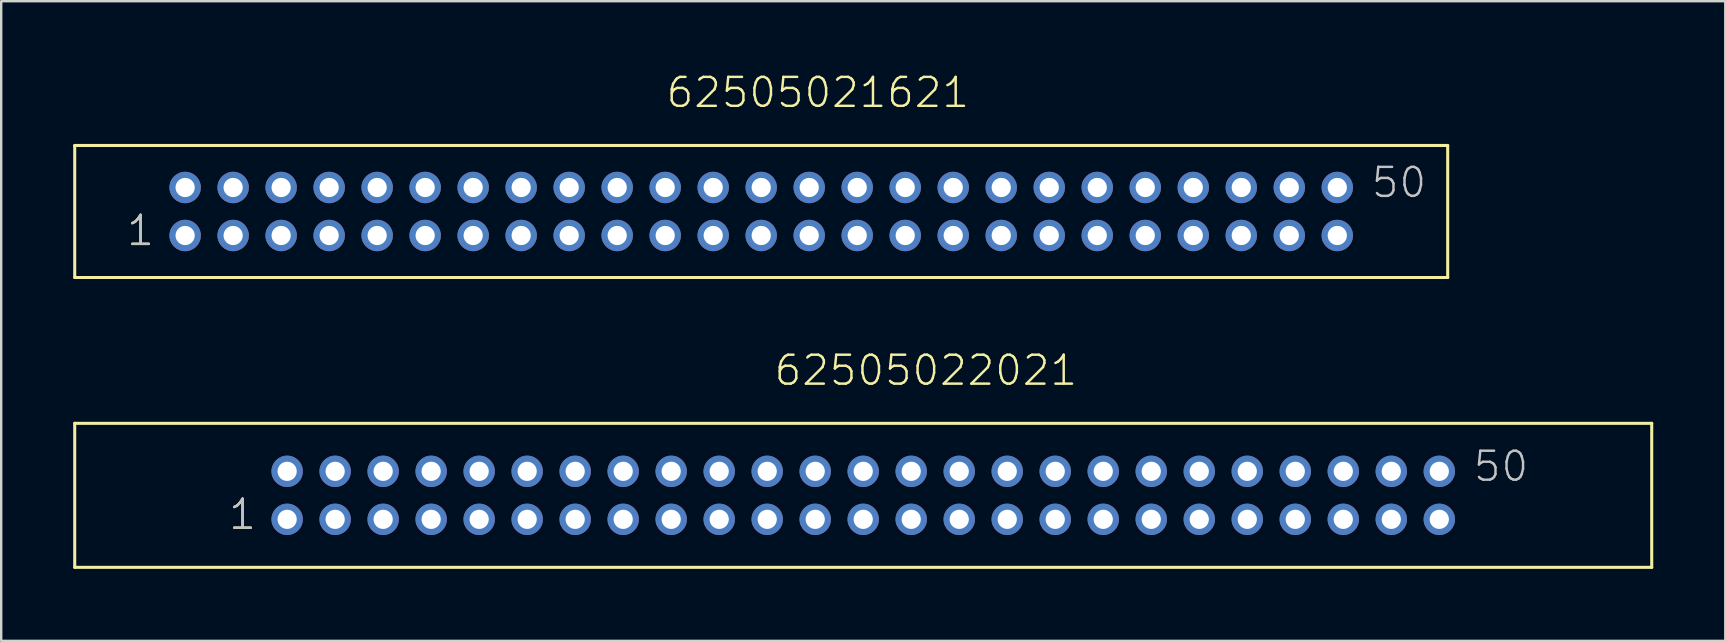
<source format=kicad_pcb>
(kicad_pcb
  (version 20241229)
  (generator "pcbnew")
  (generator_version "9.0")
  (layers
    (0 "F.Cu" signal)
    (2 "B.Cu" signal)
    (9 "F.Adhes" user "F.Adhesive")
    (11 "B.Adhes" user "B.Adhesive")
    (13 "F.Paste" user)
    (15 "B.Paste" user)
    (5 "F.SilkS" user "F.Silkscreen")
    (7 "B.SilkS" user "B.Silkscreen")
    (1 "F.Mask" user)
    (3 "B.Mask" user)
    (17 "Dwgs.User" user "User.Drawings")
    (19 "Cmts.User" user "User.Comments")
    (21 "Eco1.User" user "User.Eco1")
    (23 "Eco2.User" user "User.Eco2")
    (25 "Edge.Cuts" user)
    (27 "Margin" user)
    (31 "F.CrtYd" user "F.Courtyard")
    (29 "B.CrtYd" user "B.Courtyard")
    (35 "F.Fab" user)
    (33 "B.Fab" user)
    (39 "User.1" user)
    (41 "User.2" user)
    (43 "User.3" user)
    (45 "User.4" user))
  (footprint "62505022021"
    (layer "F.Cu")
    (at 32.913 17.586)
    (property "Reference" "62505022021" (at -3.775 -4.5 0) (layer "F.SilkS") (effects (font (size 1.206 1.206) (thickness 0.102)) (justify left bottom)))
    (attr through_hole)
    (fp_line (start -32.85 -3) (end -32.85 3) (stroke (width 0.127) (type solid)) (layer "F.SilkS"))
    (fp_line (start -32.85 3) (end 32.85 3) (stroke (width 0.127) (type solid)) (layer "F.SilkS"))
    (fp_line (start 32.85 -3) (end -32.85 -3) (stroke (width 0.127) (type solid)) (layer "F.SilkS"))
    (fp_line (start 32.85 3) (end 32.85 -3) (stroke (width 0.127) (type solid)) (layer "F.SilkS"))
    (fp_text user "1" (at -26.5 1.5 0) (layer "F.SilkS") (effects (font (size 1.206 1.206) (thickness 0.102)) (justify left bottom)))
    (fp_text user "1" (at -26.5 1.5 0) (layer "Dwgs.User") (effects (font (size 1.206 1.206) (thickness 0.102)) (justify left bottom)))
    (fp_text user "50" (at 25.355 -0.5 0) (layer "Dwgs.User") (effects (font (size 1.206 1.206) (thickness 0.102)) (justify left bottom)))
    (pad "1" thru_hole circle (at -24 1) (size 1.308 1.308) (drill 0.8) (layers "*.Cu" "*.Mask"))
    (pad "2" thru_hole circle (at -24 -1) (size 1.308 1.308) (drill 0.8) (layers "*.Cu" "*.Mask"))
    (pad "3" thru_hole circle (at -22 1) (size 1.308 1.308) (drill 0.8) (layers "*.Cu" "*.Mask"))
    (pad "4" thru_hole circle (at -22 -1) (size 1.308 1.308) (drill 0.8) (layers "*.Cu" "*.Mask"))
    (pad "5" thru_hole circle (at -20 1) (size 1.308 1.308) (drill 0.8) (layers "*.Cu" "*.Mask"))
    (pad "6" thru_hole circle (at -20 -1) (size 1.308 1.308) (drill 0.8) (layers "*.Cu" "*.Mask"))
    (pad "7" thru_hole circle (at -18 1) (size 1.308 1.308) (drill 0.8) (layers "*.Cu" "*.Mask"))
    (pad "8" thru_hole circle (at -18 -1) (size 1.308 1.308) (drill 0.8) (layers "*.Cu" "*.Mask"))
    (pad "9" thru_hole circle (at -16 1) (size 1.308 1.308) (drill 0.8) (layers "*.Cu" "*.Mask"))
    (pad "10" thru_hole circle (at -16 -1) (size 1.308 1.308) (drill 0.8) (layers "*.Cu" "*.Mask"))
    (pad "11" thru_hole circle (at -14 1) (size 1.308 1.308) (drill 0.8) (layers "*.Cu" "*.Mask"))
    (pad "12" thru_hole circle (at -14 -1) (size 1.308 1.308) (drill 0.8) (layers "*.Cu" "*.Mask"))
    (pad "13" thru_hole circle (at -12 1) (size 1.308 1.308) (drill 0.8) (layers "*.Cu" "*.Mask"))
    (pad "14" thru_hole circle (at -12 -1) (size 1.308 1.308) (drill 0.8) (layers "*.Cu" "*.Mask"))
    (pad "15" thru_hole circle (at -10 1) (size 1.308 1.308) (drill 0.8) (layers "*.Cu" "*.Mask"))
    (pad "16" thru_hole circle (at -10 -1) (size 1.308 1.308) (drill 0.8) (layers "*.Cu" "*.Mask"))
    (pad "17" thru_hole circle (at -8 1) (size 1.308 1.308) (drill 0.8) (layers "*.Cu" "*.Mask"))
    (pad "18" thru_hole circle (at -8 -1) (size 1.308 1.308) (drill 0.8) (layers "*.Cu" "*.Mask"))
    (pad "19" thru_hole circle (at -6 1) (size 1.308 1.308) (drill 0.8) (layers "*.Cu" "*.Mask"))
    (pad "20" thru_hole circle (at -6 -1) (size 1.308 1.308) (drill 0.8) (layers "*.Cu" "*.Mask"))
    (pad "21" thru_hole circle (at -4 1) (size 1.308 1.308) (drill 0.8) (layers "*.Cu" "*.Mask"))
    (pad "22" thru_hole circle (at -4 -1) (size 1.308 1.308) (drill 0.8) (layers "*.Cu" "*.Mask"))
    (pad "23" thru_hole circle (at -2 1) (size 1.308 1.308) (drill 0.8) (layers "*.Cu" "*.Mask"))
    (pad "24" thru_hole circle (at -2 -1) (size 1.308 1.308) (drill 0.8) (layers "*.Cu" "*.Mask"))
    (pad "25" thru_hole circle (at 0 1) (size 1.308 1.308) (drill 0.8) (layers "*.Cu" "*.Mask"))
    (pad "26" thru_hole circle (at 0 -1) (size 1.308 1.308) (drill 0.8) (layers "*.Cu" "*.Mask"))
    (pad "27" thru_hole circle (at 2 1) (size 1.308 1.308) (drill 0.8) (layers "*.Cu" "*.Mask"))
    (pad "28" thru_hole circle (at 2 -1) (size 1.308 1.308) (drill 0.8) (layers "*.Cu" "*.Mask"))
    (pad "29" thru_hole circle (at 4 1) (size 1.308 1.308) (drill 0.8) (layers "*.Cu" "*.Mask"))
    (pad "30" thru_hole circle (at 4 -1) (size 1.308 1.308) (drill 0.8) (layers "*.Cu" "*.Mask"))
    (pad "31" thru_hole circle (at 6 1) (size 1.308 1.308) (drill 0.8) (layers "*.Cu" "*.Mask"))
    (pad "32" thru_hole circle (at 6 -1) (size 1.308 1.308) (drill 0.8) (layers "*.Cu" "*.Mask"))
    (pad "33" thru_hole circle (at 8 1) (size 1.308 1.308) (drill 0.8) (layers "*.Cu" "*.Mask"))
    (pad "34" thru_hole circle (at 8 -1) (size 1.308 1.308) (drill 0.8) (layers "*.Cu" "*.Mask"))
    (pad "35" thru_hole circle (at 10 1) (size 1.308 1.308) (drill 0.8) (layers "*.Cu" "*.Mask"))
    (pad "36" thru_hole circle (at 10 -1) (size 1.308 1.308) (drill 0.8) (layers "*.Cu" "*.Mask"))
    (pad "37" thru_hole circle (at 12 1) (size 1.308 1.308) (drill 0.8) (layers "*.Cu" "*.Mask"))
    (pad "38" thru_hole circle (at 12 -1) (size 1.308 1.308) (drill 0.8) (layers "*.Cu" "*.Mask"))
    (pad "39" thru_hole circle (at 14 1) (size 1.308 1.308) (drill 0.8) (layers "*.Cu" "*.Mask"))
    (pad "40" thru_hole circle (at 14 -1) (size 1.308 1.308) (drill 0.8) (layers "*.Cu" "*.Mask"))
    (pad "41" thru_hole circle (at 16 1) (size 1.308 1.308) (drill 0.8) (layers "*.Cu" "*.Mask"))
    (pad "42" thru_hole circle (at 16 -1) (size 1.308 1.308) (drill 0.8) (layers "*.Cu" "*.Mask"))
    (pad "43" thru_hole circle (at 18 1) (size 1.308 1.308) (drill 0.8) (layers "*.Cu" "*.Mask"))
    (pad "44" thru_hole circle (at 18 -1) (size 1.308 1.308) (drill 0.8) (layers "*.Cu" "*.Mask"))
    (pad "45" thru_hole circle (at 20 1) (size 1.308 1.308) (drill 0.8) (layers "*.Cu" "*.Mask"))
    (pad "46" thru_hole circle (at 20 -1) (size 1.308 1.308) (drill 0.8) (layers "*.Cu" "*.Mask"))
    (pad "47" thru_hole circle (at 22 1) (size 1.308 1.308) (drill 0.8) (layers "*.Cu" "*.Mask"))
    (pad "48" thru_hole circle (at 22 -1) (size 1.308 1.308) (drill 0.8) (layers "*.Cu" "*.Mask"))
    (pad "49" thru_hole circle (at 24 1) (size 1.308 1.308) (drill 0.8) (layers "*.Cu" "*.Mask"))
    (pad "50" thru_hole circle (at 24 -1) (size 1.308 1.308) (drill 0.8) (layers "*.Cu" "*.Mask")))
  (footprint "62505021621"
    (layer "F.Cu")
    (at 28.663 5.761)
    (property "Reference" "62505021621" (at -4.025 -4.25 0) (layer "F.SilkS") (effects (font (size 1.206 1.206) (thickness 0.102)) (justify left bottom)))
    (attr through_hole)
    (fp_line (start -28.6 -2.75) (end -28.6 2.75) (stroke (width 0.127) (type solid)) (layer "F.SilkS"))
    (fp_line (start -28.6 2.75) (end 28.6 2.75) (stroke (width 0.127) (type solid)) (layer "F.SilkS"))
    (fp_line (start 28.6 -2.75) (end -28.6 -2.75) (stroke (width 0.127) (type solid)) (layer "F.SilkS"))
    (fp_line (start 28.6 2.75) (end 28.6 -2.75) (stroke (width 0.127) (type solid)) (layer "F.SilkS"))
    (fp_text user "1" (at -26.5 1.5 0) (layer "F.SilkS") (effects (font (size 1.206 1.206) (thickness 0.102)) (justify left bottom)))
    (fp_text user "1" (at -26.5 1.5 0) (layer "Dwgs.User") (effects (font (size 1.206 1.206) (thickness 0.102)) (justify left bottom)))
    (fp_text user "50" (at 25.355 -0.5 0) (layer "Dwgs.User") (effects (font (size 1.206 1.206) (thickness 0.102)) (justify left bottom)))
    (pad "1" thru_hole circle (at -24 1) (size 1.308 1.308) (drill 0.8) (layers "*.Cu" "*.Mask"))
    (pad "2" thru_hole circle (at -24 -1) (size 1.308 1.308) (drill 0.8) (layers "*.Cu" "*.Mask"))
    (pad "3" thru_hole circle (at -22 1) (size 1.308 1.308) (drill 0.8) (layers "*.Cu" "*.Mask"))
    (pad "4" thru_hole circle (at -22 -1) (size 1.308 1.308) (drill 0.8) (layers "*.Cu" "*.Mask"))
    (pad "5" thru_hole circle (at -20 1) (size 1.308 1.308) (drill 0.8) (layers "*.Cu" "*.Mask"))
    (pad "6" thru_hole circle (at -20 -1) (size 1.308 1.308) (drill 0.8) (layers "*.Cu" "*.Mask"))
    (pad "7" thru_hole circle (at -18 1) (size 1.308 1.308) (drill 0.8) (layers "*.Cu" "*.Mask"))
    (pad "8" thru_hole circle (at -18 -1) (size 1.308 1.308) (drill 0.8) (layers "*.Cu" "*.Mask"))
    (pad "9" thru_hole circle (at -16 1) (size 1.308 1.308) (drill 0.8) (layers "*.Cu" "*.Mask"))
    (pad "10" thru_hole circle (at -16 -1) (size 1.308 1.308) (drill 0.8) (layers "*.Cu" "*.Mask"))
    (pad "11" thru_hole circle (at -14 1) (size 1.308 1.308) (drill 0.8) (layers "*.Cu" "*.Mask"))
    (pad "12" thru_hole circle (at -14 -1) (size 1.308 1.308) (drill 0.8) (layers "*.Cu" "*.Mask"))
    (pad "13" thru_hole circle (at -12 1) (size 1.308 1.308) (drill 0.8) (layers "*.Cu" "*.Mask"))
    (pad "14" thru_hole circle (at -12 -1) (size 1.308 1.308) (drill 0.8) (layers "*.Cu" "*.Mask"))
    (pad "15" thru_hole circle (at -10 1) (size 1.308 1.308) (drill 0.8) (layers "*.Cu" "*.Mask"))
    (pad "16" thru_hole circle (at -10 -1) (size 1.308 1.308) (drill 0.8) (layers "*.Cu" "*.Mask"))
    (pad "17" thru_hole circle (at -8 1) (size 1.308 1.308) (drill 0.8) (layers "*.Cu" "*.Mask"))
    (pad "18" thru_hole circle (at -8 -1) (size 1.308 1.308) (drill 0.8) (layers "*.Cu" "*.Mask"))
    (pad "19" thru_hole circle (at -6 1) (size 1.308 1.308) (drill 0.8) (layers "*.Cu" "*.Mask"))
    (pad "20" thru_hole circle (at -6 -1) (size 1.308 1.308) (drill 0.8) (layers "*.Cu" "*.Mask"))
    (pad "21" thru_hole circle (at -4 1) (size 1.308 1.308) (drill 0.8) (layers "*.Cu" "*.Mask"))
    (pad "22" thru_hole circle (at -4 -1) (size 1.308 1.308) (drill 0.8) (layers "*.Cu" "*.Mask"))
    (pad "23" thru_hole circle (at -2 1) (size 1.308 1.308) (drill 0.8) (layers "*.Cu" "*.Mask"))
    (pad "24" thru_hole circle (at -2 -1) (size 1.308 1.308) (drill 0.8) (layers "*.Cu" "*.Mask"))
    (pad "25" thru_hole circle (at 0 1) (size 1.308 1.308) (drill 0.8) (layers "*.Cu" "*.Mask"))
    (pad "26" thru_hole circle (at 0 -1) (size 1.308 1.308) (drill 0.8) (layers "*.Cu" "*.Mask"))
    (pad "27" thru_hole circle (at 2 1) (size 1.308 1.308) (drill 0.8) (layers "*.Cu" "*.Mask"))
    (pad "28" thru_hole circle (at 2 -1) (size 1.308 1.308) (drill 0.8) (layers "*.Cu" "*.Mask"))
    (pad "29" thru_hole circle (at 4 1) (size 1.308 1.308) (drill 0.8) (layers "*.Cu" "*.Mask"))
    (pad "30" thru_hole circle (at 4 -1) (size 1.308 1.308) (drill 0.8) (layers "*.Cu" "*.Mask"))
    (pad "31" thru_hole circle (at 6 1) (size 1.308 1.308) (drill 0.8) (layers "*.Cu" "*.Mask"))
    (pad "32" thru_hole circle (at 6 -1) (size 1.308 1.308) (drill 0.8) (layers "*.Cu" "*.Mask"))
    (pad "33" thru_hole circle (at 8 1) (size 1.308 1.308) (drill 0.8) (layers "*.Cu" "*.Mask"))
    (pad "34" thru_hole circle (at 8 -1) (size 1.308 1.308) (drill 0.8) (layers "*.Cu" "*.Mask"))
    (pad "35" thru_hole circle (at 10 1) (size 1.308 1.308) (drill 0.8) (layers "*.Cu" "*.Mask"))
    (pad "36" thru_hole circle (at 10 -1) (size 1.308 1.308) (drill 0.8) (layers "*.Cu" "*.Mask"))
    (pad "37" thru_hole circle (at 12 1) (size 1.308 1.308) (drill 0.8) (layers "*.Cu" "*.Mask"))
    (pad "38" thru_hole circle (at 12 -1) (size 1.308 1.308) (drill 0.8) (layers "*.Cu" "*.Mask"))
    (pad "39" thru_hole circle (at 14 1) (size 1.308 1.308) (drill 0.8) (layers "*.Cu" "*.Mask"))
    (pad "40" thru_hole circle (at 14 -1) (size 1.308 1.308) (drill 0.8) (layers "*.Cu" "*.Mask"))
    (pad "41" thru_hole circle (at 16 1) (size 1.308 1.308) (drill 0.8) (layers "*.Cu" "*.Mask"))
    (pad "42" thru_hole circle (at 16 -1) (size 1.308 1.308) (drill 0.8) (layers "*.Cu" "*.Mask"))
    (pad "43" thru_hole circle (at 18 1) (size 1.308 1.308) (drill 0.8) (layers "*.Cu" "*.Mask"))
    (pad "44" thru_hole circle (at 18 -1) (size 1.308 1.308) (drill 0.8) (layers "*.Cu" "*.Mask"))
    (pad "45" thru_hole circle (at 20 1) (size 1.308 1.308) (drill 0.8) (layers "*.Cu" "*.Mask"))
    (pad "46" thru_hole circle (at 20 -1) (size 1.308 1.308) (drill 0.8) (layers "*.Cu" "*.Mask"))
    (pad "47" thru_hole circle (at 22 1) (size 1.308 1.308) (drill 0.8) (layers "*.Cu" "*.Mask"))
    (pad "48" thru_hole circle (at 22 -1) (size 1.308 1.308) (drill 0.8) (layers "*.Cu" "*.Mask"))
    (pad "49" thru_hole circle (at 24 1) (size 1.308 1.308) (drill 0.8) (layers "*.Cu" "*.Mask"))
    (pad "50" thru_hole circle (at 24 -1) (size 1.308 1.308) (drill 0.8) (layers "*.Cu" "*.Mask")))
  (gr_rect
    (start -3 -3)
    (end 68.827 23.65)
    (stroke (width 0.1) (type default))
    (fill no)
    (layer "Edge.Cuts")))
</source>
